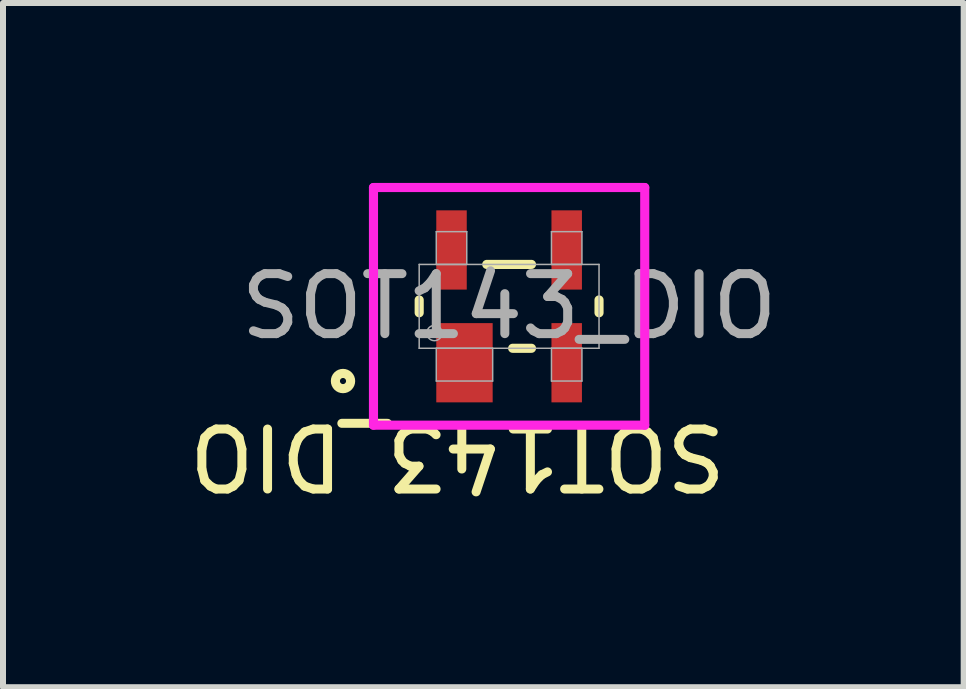
<source format=kicad_pcb>
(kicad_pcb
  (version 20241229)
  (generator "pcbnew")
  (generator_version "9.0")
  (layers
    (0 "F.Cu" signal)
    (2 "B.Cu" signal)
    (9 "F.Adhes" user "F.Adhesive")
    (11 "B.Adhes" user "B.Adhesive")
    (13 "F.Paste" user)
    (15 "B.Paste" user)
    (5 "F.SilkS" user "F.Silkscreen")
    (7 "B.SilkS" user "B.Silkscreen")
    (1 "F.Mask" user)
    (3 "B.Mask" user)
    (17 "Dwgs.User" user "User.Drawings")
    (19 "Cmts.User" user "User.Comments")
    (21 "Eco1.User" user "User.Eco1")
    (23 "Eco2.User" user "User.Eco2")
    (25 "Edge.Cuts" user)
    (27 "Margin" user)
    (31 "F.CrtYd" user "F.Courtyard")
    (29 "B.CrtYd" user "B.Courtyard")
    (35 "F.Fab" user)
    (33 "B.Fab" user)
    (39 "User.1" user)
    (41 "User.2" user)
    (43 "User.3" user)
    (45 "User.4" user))
  (footprint "SOT143_DIO"
    (layer "F.Cu")
    (at 5.437 2.057)
    (property "Reference" "SOT143_DIO" (at -0.86 2.5 180) (unlocked yes) (layer "F.SilkS") (effects (font (size 1 1) (thickness 0.15))))
    (attr smd)
    (fp_line (start -1.499 0.107) (end -1.499 -0.107) (stroke (width 0.152) (type solid)) (layer "F.SilkS"))
    (fp_line (start -0.373 -0.699) (end 0.373 -0.699) (stroke (width 0.152) (type solid)) (layer "F.SilkS"))
    (fp_line (start 0.373 0.699) (end 0.059 0.699) (stroke (width 0.152) (type solid)) (layer "F.SilkS"))
    (fp_line (start 1.499 -0.107) (end 1.499 0.107) (stroke (width 0.152) (type solid)) (layer "F.SilkS"))
    (fp_circle (center -2.769 1.245) (end -2.642 1.245) (stroke (width 0.152) (type solid)) (fill no) (layer "F.SilkS"))
    (fp_line (start -2.261 -1.981) (end 2.261 -1.981) (stroke (width 0.152) (type solid)) (layer "F.CrtYd"))
    (fp_line (start -2.261 1.981) (end -2.261 -1.981) (stroke (width 0.152) (type solid)) (layer "F.CrtYd"))
    (fp_line (start 2.261 -1.981) (end 2.261 1.981) (stroke (width 0.152) (type solid)) (layer "F.CrtYd"))
    (fp_line (start 2.261 1.981) (end -2.261 1.981) (stroke (width 0.152) (type solid)) (layer "F.CrtYd"))
    (fp_line (start -1.499 -0.699) (end 1.499 -0.699) (stroke (width 0.025) (type solid)) (layer "F.Fab"))
    (fp_line (start -1.499 0.699) (end -1.499 -0.699) (stroke (width 0.025) (type solid)) (layer "F.Fab"))
    (fp_line (start -1.214 -1.245) (end -1.214 -0.699) (stroke (width 0.025) (type solid)) (layer "F.Fab"))
    (fp_line (start -1.214 -0.699) (end -0.706 -0.699) (stroke (width 0.025) (type solid)) (layer "F.Fab"))
    (fp_line (start -1.214 0.699) (end -1.214 1.245) (stroke (width 0.025) (type solid)) (layer "F.Fab"))
    (fp_line (start -1.214 1.245) (end -0.274 1.245) (stroke (width 0.025) (type solid)) (layer "F.Fab"))
    (fp_line (start -0.706 -1.245) (end -1.214 -1.245) (stroke (width 0.025) (type solid)) (layer "F.Fab"))
    (fp_line (start -0.706 -0.699) (end -0.706 -1.245) (stroke (width 0.025) (type solid)) (layer "F.Fab"))
    (fp_line (start -0.274 0.699) (end -1.214 0.699) (stroke (width 0.025) (type solid)) (layer "F.Fab"))
    (fp_line (start -0.274 1.245) (end -0.274 0.699) (stroke (width 0.025) (type solid)) (layer "F.Fab"))
    (fp_line (start 0.706 -1.245) (end 0.706 -0.699) (stroke (width 0.025) (type solid)) (layer "F.Fab"))
    (fp_line (start 0.706 -0.699) (end 1.214 -0.699) (stroke (width 0.025) (type solid)) (layer "F.Fab"))
    (fp_line (start 0.706 0.699) (end 0.706 1.245) (stroke (width 0.025) (type solid)) (layer "F.Fab"))
    (fp_line (start 0.706 1.245) (end 1.214 1.245) (stroke (width 0.025) (type solid)) (layer "F.Fab"))
    (fp_line (start 1.214 -1.245) (end 0.706 -1.245) (stroke (width 0.025) (type solid)) (layer "F.Fab"))
    (fp_line (start 1.214 -0.699) (end 1.214 -1.245) (stroke (width 0.025) (type solid)) (layer "F.Fab"))
    (fp_line (start 1.214 0.699) (end 0.706 0.699) (stroke (width 0.025) (type solid)) (layer "F.Fab"))
    (fp_line (start 1.214 1.245) (end 1.214 0.699) (stroke (width 0.025) (type solid)) (layer "F.Fab"))
    (fp_line (start 1.499 -0.699) (end 1.499 0.699) (stroke (width 0.025) (type solid)) (layer "F.Fab"))
    (fp_line (start 1.499 0.699) (end -1.499 0.699) (stroke (width 0.025) (type solid)) (layer "F.Fab"))
    (fp_circle (center -1.245 0.445) (end -1.118 0.445) (stroke (width 0.025) (type solid)) (fill no) (layer "F.Fab"))
    (fp_text user "${REFERENCE}" (at 0 0 0) (unlocked yes) (layer "F.Fab") (effects (font (size 1 1) (thickness 0.15))))
    (pad "1" smd rect (at -0.744 0.94) (size 0.94 1.321) (layers "F.Cu" "F.Mask" "F.Paste"))
    (pad "2" smd rect (at 0.96 0.94) (size 0.508 1.321) (layers "F.Cu" "F.Mask" "F.Paste"))
    (pad "3" smd rect (at 0.96 -0.94) (size 0.508 1.321) (layers "F.Cu" "F.Mask" "F.Paste"))
    (pad "4" smd rect (at -0.96 -0.94) (size 0.508 1.321) (layers "F.Cu" "F.Mask" "F.Paste")))
  (gr_rect
    (start -3 -3)
    (end 13.015 8.406)
    (stroke (width 0.1) (type default))
    (fill no)
    (layer "Edge.Cuts")))
</source>
